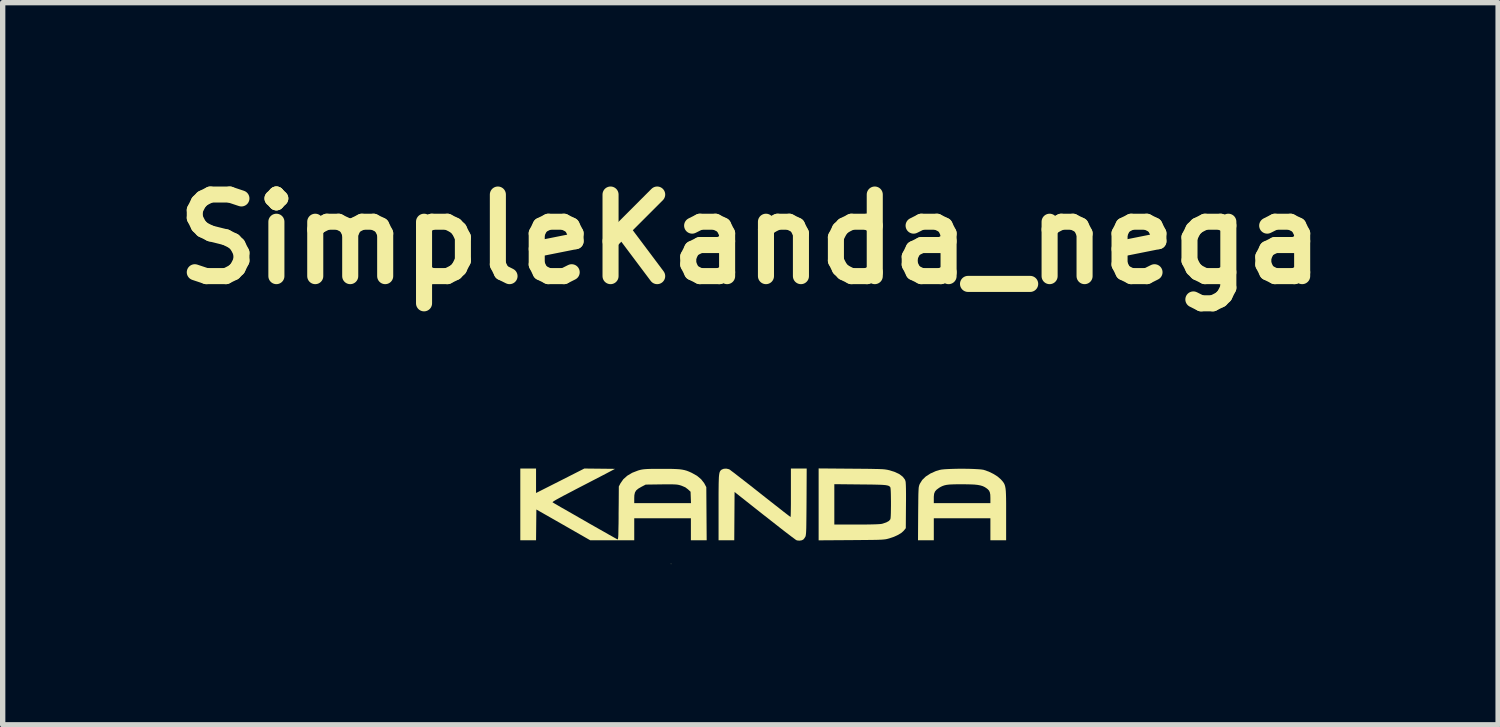
<source format=kicad_pcb>
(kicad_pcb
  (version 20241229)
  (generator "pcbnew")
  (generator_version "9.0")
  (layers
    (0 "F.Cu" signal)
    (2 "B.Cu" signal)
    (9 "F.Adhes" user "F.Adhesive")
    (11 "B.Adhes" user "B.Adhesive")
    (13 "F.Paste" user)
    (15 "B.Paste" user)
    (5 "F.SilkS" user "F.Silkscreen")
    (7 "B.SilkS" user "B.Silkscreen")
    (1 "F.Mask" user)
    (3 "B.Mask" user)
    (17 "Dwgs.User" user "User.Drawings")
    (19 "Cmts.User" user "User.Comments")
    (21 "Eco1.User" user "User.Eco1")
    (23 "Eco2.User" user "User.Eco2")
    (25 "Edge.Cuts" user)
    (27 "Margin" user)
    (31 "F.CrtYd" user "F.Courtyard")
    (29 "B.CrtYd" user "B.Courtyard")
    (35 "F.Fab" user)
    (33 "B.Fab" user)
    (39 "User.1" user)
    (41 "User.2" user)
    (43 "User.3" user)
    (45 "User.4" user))
  (footprint "SimpleKanda_nega"
    (layer "F.Cu")
    (at 11.17 6.418)
    (property "Reference" "SimpleKanda_nega" (at -0.204 -5 0) (layer "F.SilkS") (effects (font (size 1.524 1.524) (thickness 0.3))))
    (attr board_only exclude_from_pos_files exclude_from_bom)
    (fp_poly (pts (xy -1.681 1.064) (xy -1.687 1.07) (xy -1.693 1.064) (xy -1.687 1.058)) (stroke (width 0) (type solid)) (fill yes) (layer "F.SilkS"))
    (fp_poly (pts (xy 0.844 -0.097) (xy 0.843 0.041) (xy 0.842 0.158) (xy 0.841 0.254) (xy 0.84 0.334) (xy 0.839 0.397) (xy 0.837 0.447) (xy 0.835 0.485) (xy 0.832 0.513) (xy 0.829 0.533) (xy 0.826 0.548) (xy 0.821 0.558) (xy 0.821 0.559) (xy 0.802 0.588) (xy 0.784 0.609) (xy 0.783 0.61) (xy 0.752 0.624) (xy 0.711 0.63) (xy 0.669 0.626) (xy 0.657 0.622) (xy 0.642 0.613) (xy 0.611 0.59) (xy 0.565 0.556) (xy 0.505 0.51) (xy 0.434 0.456) (xy 0.353 0.393) (xy 0.264 0.323) (xy 0.168 0.248) (xy 0.067 0.168) (xy 0.063 0.166) (xy -0.5 -0.279) (xy -0.503 0.172) (xy -0.506 0.623) (xy -0.799 0.623) (xy -0.799 0.011) (xy -0.799 -0.131) (xy -0.799 -0.251) (xy -0.798 -0.352) (xy -0.797 -0.435) (xy -0.795 -0.502) (xy -0.793 -0.555) (xy -0.789 -0.597) (xy -0.784 -0.628) (xy -0.778 -0.651) (xy -0.77 -0.667) (xy -0.761 -0.68) (xy -0.75 -0.69) (xy -0.739 -0.698) (xy -0.7 -0.713) (xy -0.651 -0.715) (xy -0.605 -0.704) (xy -0.598 -0.701) (xy -0.583 -0.691) (xy -0.552 -0.667) (xy -0.505 -0.632) (xy -0.446 -0.586) (xy -0.375 -0.531) (xy -0.294 -0.468) (xy -0.204 -0.398) (xy -0.109 -0.323) (xy -0.014 -0.248) (xy 0.085 -0.17) (xy 0.179 -0.096) (xy 0.266 -0.028) (xy 0.344 0.033) (xy 0.411 0.086) (xy 0.467 0.129) (xy 0.509 0.161) (xy 0.536 0.181) (xy 0.546 0.188) (xy 0.547 0.177) (xy 0.549 0.144) (xy 0.55 0.094) (xy 0.551 0.027) (xy 0.552 -0.053) (xy 0.552 -0.144) (xy 0.552 -0.243) (xy 0.552 -0.264) (xy 0.552 -0.717) (xy 0.847 -0.717)) (stroke (width 0) (type solid)) (fill yes) (layer "F.SilkS"))
    (fp_poly (pts (xy 1.684 -0.714) (xy 1.82 -0.713) (xy 1.936 -0.712) (xy 2.032 -0.711) (xy 2.111 -0.709) (xy 2.176 -0.708) (xy 2.228 -0.706) (xy 2.27 -0.704) (xy 2.303 -0.701) (xy 2.331 -0.697) (xy 2.355 -0.693) (xy 2.377 -0.688) (xy 2.395 -0.684) (xy 2.497 -0.651) (xy 2.58 -0.611) (xy 2.641 -0.564) (xy 2.681 -0.512) (xy 2.692 -0.484) (xy 2.696 -0.458) (xy 2.699 -0.409) (xy 2.701 -0.338) (xy 2.702 -0.245) (xy 2.702 -0.132) (xy 2.701 -0.022) (xy 2.698 0.397) (xy 2.661 0.443) (xy 2.618 0.483) (xy 2.555 0.522) (xy 2.477 0.558) (xy 2.388 0.588) (xy 2.38 0.59) (xy 2.358 0.596) (xy 2.337 0.601) (xy 2.314 0.605) (xy 2.287 0.608) (xy 2.253 0.611) (xy 2.211 0.613) (xy 2.159 0.615) (xy 2.094 0.616) (xy 2.014 0.617) (xy 1.917 0.618) (xy 1.8 0.619) (xy 1.678 0.62) (xy 1.07 0.624) (xy 1.07 -0.425) (xy 1.363 -0.425) (xy 1.363 0.329) (xy 1.784 0.329) (xy 1.907 0.329) (xy 2.009 0.328) (xy 2.091 0.326) (xy 2.156 0.324) (xy 2.205 0.321) (xy 2.24 0.318) (xy 2.263 0.313) (xy 2.334 0.289) (xy 2.383 0.262) (xy 2.409 0.231) (xy 2.41 0.228) (xy 2.414 0.207) (xy 2.417 0.167) (xy 2.419 0.112) (xy 2.42 0.046) (xy 2.421 -0.025) (xy 2.421 -0.1) (xy 2.42 -0.172) (xy 2.419 -0.238) (xy 2.417 -0.295) (xy 2.414 -0.337) (xy 2.411 -0.361) (xy 2.41 -0.364) (xy 2.402 -0.376) (xy 2.391 -0.386) (xy 2.375 -0.395) (xy 2.353 -0.401) (xy 2.321 -0.407) (xy 2.277 -0.411) (xy 2.221 -0.414) (xy 2.148 -0.416) (xy 2.059 -0.418) (xy 1.949 -0.419) (xy 1.842 -0.42) (xy 1.363 -0.425) (xy 1.07 -0.425) (xy 1.07 -0.719)) (stroke (width 0) (type solid)) (fill yes) (layer "F.SilkS"))
    (fp_poly (pts (xy 3.872 -0.712) (xy 3.96 -0.709) (xy 4.039 -0.705) (xy 4.104 -0.7) (xy 4.15 -0.693) (xy 4.159 -0.69) (xy 4.248 -0.659) (xy 4.334 -0.617) (xy 4.412 -0.568) (xy 4.473 -0.515) (xy 4.478 -0.509) (xy 4.5 -0.485) (xy 4.518 -0.462) (xy 4.533 -0.439) (xy 4.545 -0.413) (xy 4.554 -0.382) (xy 4.561 -0.344) (xy 4.566 -0.295) (xy 4.569 -0.234) (xy 4.571 -0.158) (xy 4.572 -0.066) (xy 4.572 0.046) (xy 4.572 0.149) (xy 4.572 0.623) (xy 4.278 0.623) (xy 4.278 0.212) (xy 3.221 0.212) (xy 3.221 0.623) (xy 2.926 0.623) (xy 2.929 0.126) (xy 2.93 0.005) (xy 2.931 -0.071) (xy 3.221 -0.071) (xy 4.278 -0.071) (xy 4.278 -0.167) (xy 4.276 -0.228) (xy 4.268 -0.271) (xy 4.253 -0.304) (xy 4.228 -0.331) (xy 4.208 -0.347) (xy 4.173 -0.37) (xy 4.136 -0.388) (xy 4.093 -0.401) (xy 4.041 -0.411) (xy 3.976 -0.418) (xy 3.897 -0.421) (xy 3.798 -0.423) (xy 3.75 -0.423) (xy 3.651 -0.423) (xy 3.573 -0.421) (xy 3.51 -0.418) (xy 3.46 -0.412) (xy 3.42 -0.403) (xy 3.385 -0.391) (xy 3.351 -0.375) (xy 3.316 -0.354) (xy 3.314 -0.352) (xy 3.271 -0.32) (xy 3.243 -0.287) (xy 3.227 -0.246) (xy 3.221 -0.191) (xy 3.221 -0.159) (xy 3.221 -0.071) (xy 2.931 -0.071) (xy 2.931 -0.095) (xy 2.932 -0.176) (xy 2.933 -0.24) (xy 2.935 -0.291) (xy 2.937 -0.329) (xy 2.939 -0.359) (xy 2.943 -0.381) (xy 2.947 -0.398) (xy 2.952 -0.414) (xy 2.959 -0.429) (xy 2.96 -0.432) (xy 3.005 -0.504) (xy 3.071 -0.568) (xy 3.156 -0.623) (xy 3.258 -0.669) (xy 3.326 -0.69) (xy 3.367 -0.698) (xy 3.427 -0.704) (xy 3.503 -0.708) (xy 3.589 -0.711) (xy 3.682 -0.713) (xy 3.778 -0.713)) (stroke (width 0) (type solid)) (fill yes) (layer "F.SilkS"))
    (fp_poly (pts (xy -3.019 -0.714) (xy -2.733 -0.711) (xy -2.903 -0.621) (xy -2.953 -0.595) (xy -3.02 -0.56) (xy -3.101 -0.518) (xy -3.192 -0.471) (xy -3.29 -0.42) (xy -3.391 -0.368) (xy -3.491 -0.316) (xy -3.494 -0.314) (xy -3.607 -0.255) (xy -3.701 -0.206) (xy -3.775 -0.166) (xy -3.831 -0.135) (xy -3.87 -0.112) (xy -3.893 -0.096) (xy -3.9 -0.087) (xy -3.9 -0.086) (xy -3.886 -0.078) (xy -3.855 -0.059) (xy -3.808 -0.032) (xy -3.747 0.004) (xy -3.674 0.045) (xy -3.592 0.092) (xy -3.503 0.143) (xy -3.409 0.197) (xy -3.313 0.252) (xy -3.216 0.308) (xy -3.121 0.362) (xy -3.029 0.414) (xy -2.944 0.462) (xy -2.867 0.506) (xy -2.801 0.543) (xy -2.748 0.573) (xy -2.71 0.594) (xy -2.689 0.605) (xy -2.687 0.607) (xy -2.682 0.606) (xy -2.679 0.599) (xy -2.676 0.583) (xy -2.673 0.557) (xy -2.671 0.518) (xy -2.67 0.465) (xy -2.669 0.396) (xy -2.667 0.309) (xy -2.666 0.201) (xy -2.666 0.116) (xy -2.664 -0.071) (xy -2.374 -0.071) (xy -1.314 -0.071) (xy -1.318 -0.177) (xy -1.322 -0.284) (xy -1.371 -0.329) (xy -1.42 -0.366) (xy -1.483 -0.393) (xy -1.502 -0.4) (xy -1.53 -0.408) (xy -1.556 -0.414) (xy -1.585 -0.418) (xy -1.62 -0.42) (xy -1.665 -0.422) (xy -1.723 -0.422) (xy -1.798 -0.422) (xy -1.872 -0.421) (xy -2.16 -0.417) (xy -2.241 -0.375) (xy -2.299 -0.341) (xy -2.338 -0.308) (xy -2.361 -0.269) (xy -2.372 -0.219) (xy -2.374 -0.163) (xy -2.374 -0.071) (xy -2.664 -0.071) (xy -2.662 -0.382) (xy -2.631 -0.441) (xy -2.578 -0.517) (xy -2.504 -0.583) (xy -2.411 -0.638) (xy -2.3 -0.681) (xy -2.268 -0.69) (xy -2.242 -0.696) (xy -2.213 -0.701) (xy -2.177 -0.705) (xy -2.132 -0.708) (xy -2.075 -0.71) (xy -2.002 -0.711) (xy -1.91 -0.711) (xy -1.863 -0.711) (xy -1.752 -0.711) (xy -1.661 -0.71) (xy -1.587 -0.707) (xy -1.526 -0.703) (xy -1.476 -0.696) (xy -1.432 -0.687) (xy -1.391 -0.675) (xy -1.35 -0.659) (xy -1.306 -0.639) (xy -1.299 -0.636) (xy -1.201 -0.581) (xy -1.124 -0.516) (xy -1.067 -0.443) (xy -1.06 -0.429) (xy -1.028 -0.37) (xy -1.021 0.623) (xy -1.316 0.623) (xy -1.316 0.212) (xy -2.374 0.212) (xy -2.374 0.623) (xy -3.196 0.623) (xy -3.699 0.335) (xy -4.202 0.048) (xy -4.205 0.335) (xy -4.208 0.623) (xy -4.502 0.623) (xy -4.502 -0.717) (xy -4.208 -0.717) (xy -4.208 -0.26) (xy -3.757 -0.488) (xy -3.306 -0.717)) (stroke (width 0) (type solid)) (fill yes) (layer "F.SilkS")))
  (gr_rect
    (start -3 -3)
    (end 24.931 10.488)
    (stroke (width 0.1) (type default))
    (fill no)
    (layer "Edge.Cuts")))
</source>
